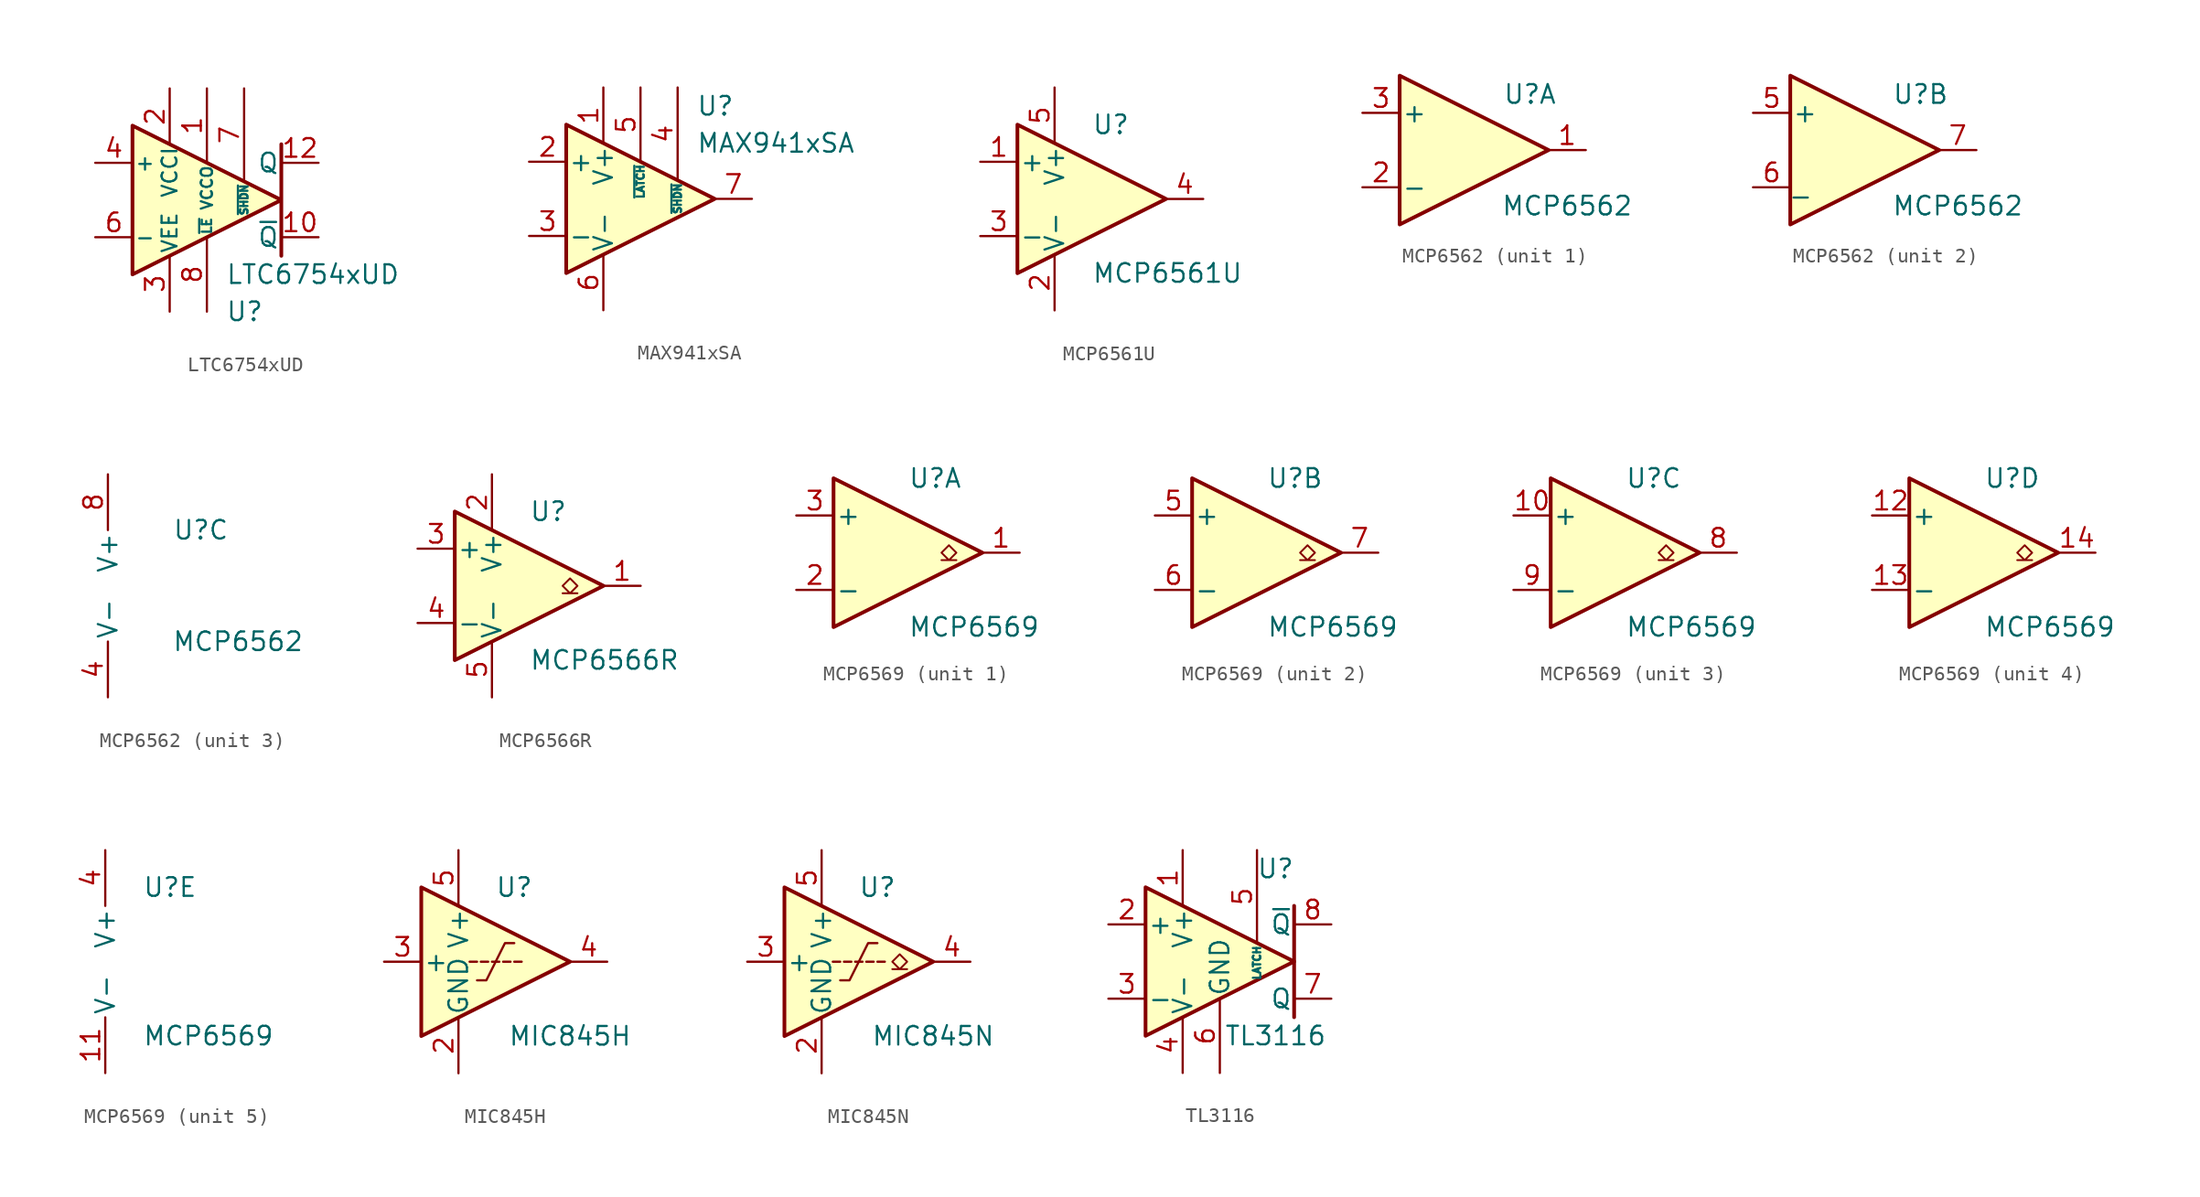
<source format=kicad_sym>
(kicad_symbol_lib
  (version 20211014)
  (generator kicad_symbol_editor)
  (symbol "LTC6754xUD"
    (pin_names
      (offset 0.127))
    (property "Reference" "U"
      (at 1.27 -7.62 0)
      (effects (font (size 1.27 1.27)) (justify left)))
    (property "Value" "LTC6754xUD"
      (at 1.27 -5.08 0)
      (effects (font (size 1.27 1.27)) (justify left)))
    (symbol "LTC6754xUD_0_1"
      (polyline (pts (xy 5.08 3.81) (xy 5.08 0) (xy -5.08 5.08) (xy -5.08 -5.08) (xy 5.08 0) (xy 5.08 -3.81)) (stroke (width 0.254) (type default) (color 0 0 0 0)) (fill (type background))))
    (symbol "LTC6754xUD_1_1"
      (pin power_in line (at 0 7.62 270) (length 5.08) (name "VCCO" (effects (font (size 0.762 0.762)))) (number "1" (effects (font (size 1.27 1.27)))))
      (pin output line (at 7.62 -2.54 180) (length 2.54) (name "~{Q}" (effects (font (size 1.27 1.27)))) (number "10" (effects (font (size 1.27 1.27)))))
      (pin no_connect line (at 5.08 0 180) (length 2.54) hide (name "NC" (effects (font (size 1.27 1.27)))) (number "11" (effects (font (size 1.27 1.27)))))
      (pin output line (at 7.62 2.54 180) (length 2.54) (name "Q" (effects (font (size 1.27 1.27)))) (number "12" (effects (font (size 1.27 1.27)))))
      (pin passive line (at -2.54 -7.62 90) (length 3.81) hide (name "VEE" (effects (font (size 1.016 1.016)))) (number "13" (effects (font (size 1.27 1.27)))))
      (pin power_in line (at -2.54 7.62 270) (length 3.81) (name "VCCI" (effects (font (size 1.016 1.016)))) (number "2" (effects (font (size 1.27 1.27)))))
      (pin power_in line (at -2.54 -7.62 90) (length 3.81) (name "VEE" (effects (font (size 1.016 1.016)))) (number "3" (effects (font (size 1.27 1.27)))))
      (pin input line (at -7.62 2.54 0) (length 2.54) (name "+" (effects (font (size 1.016 1.016)))) (number "4" (effects (font (size 1.27 1.27)))))
      (pin no_connect line (at -5.08 0 0) (length 2.54) hide (name "NC" (effects (font (size 1.27 1.27)))) (number "5" (effects (font (size 1.27 1.27)))))
      (pin input line (at -7.62 -2.54 0) (length 2.54) (name "-" (effects (font (size 1.016 1.016)))) (number "6" (effects (font (size 1.27 1.27)))))
      (pin input line (at 2.54 7.62 270) (length 6.35) (name "~{SHDN}" (effects (font (size 0.508 0.508)))) (number "7" (effects (font (size 1.27 1.27)))))
      (pin input line (at 0 -7.62 90) (length 5.08) (name "~{LE}" (effects (font (size 0.635 0.635)))) (number "8" (effects (font (size 1.27 1.27)))))
      (pin passive line (at -2.54 -7.62 90) (length 3.81) hide (name "VEE" (effects (font (size 1.016 1.016)))) (number "9" (effects (font (size 1.27 1.27)))))))
  (symbol "MAX941xSA"
    (pin_names
      (offset 0.127))
    (property "Reference" "U"
      (at 3.81 6.35 0)
      (effects (font (size 1.27 1.27)) (justify left)))
    (property "Value" "MAX941xSA"
      (at 3.81 3.81 0)
      (effects (font (size 1.27 1.27)) (justify left)))
    (symbol "MAX941xSA_0_1"
      (polyline (pts (xy -5.08 5.08) (xy -5.08 -5.08) (xy 5.08 0) (xy -5.08 5.08)) (stroke (width 0.254) (type default) (color 0 0 0 0)) (fill (type background))))
    (symbol "MAX941xSA_1_1"
      (pin power_in line (at -2.54 7.62 270) (length 3.81) (name "V+" (effects (font (size 1.27 1.27)))) (number "1" (effects (font (size 1.27 1.27)))))
      (pin input line (at -7.62 2.54 0) (length 2.54) (name "+" (effects (font (size 1.27 1.27)))) (number "2" (effects (font (size 1.27 1.27)))))
      (pin input line (at -7.62 -2.54 0) (length 2.54) (name "-" (effects (font (size 1.27 1.27)))) (number "3" (effects (font (size 1.27 1.27)))))
      (pin input line (at 2.54 7.62 270) (length 6.35) (name "~{SHDN}" (effects (font (size 0.508 0.508)))) (number "4" (effects (font (size 1.27 1.27)))))
      (pin input line (at 0 7.62 270) (length 5.08) (name "~{LATCH}" (effects (font (size 0.508 0.508)))) (number "5" (effects (font (size 1.27 1.27)))))
      (pin power_in line (at -2.54 -7.62 90) (length 3.81) (name "V-" (effects (font (size 1.27 1.27)))) (number "6" (effects (font (size 1.27 1.27)))))
      (pin output line (at 7.62 0 180) (length 2.54) (name "~" (effects (font (size 1.27 1.27)))) (number "7" (effects (font (size 1.27 1.27)))))
      (pin no_connect line (at 0 -2.54 90) (length 2.54) hide (name "NC" (effects (font (size 0.508 0.508)))) (number "8" (effects (font (size 1.27 1.27)))))))
  (symbol "MCP6561U"
    (pin_names
      (offset 0.127))
    (property "Reference" "U"
      (at 0 5.08 0)
      (effects (font (size 1.27 1.27)) (justify left)))
    (property "Value" "MCP6561U"
      (at 0 -5.08 0)
      (effects (font (size 1.27 1.27)) (justify left)))
    (symbol "MCP6561U_0_1"
      (polyline (pts (xy -5.08 5.08) (xy 5.08 0) (xy -5.08 -5.08) (xy -5.08 5.08)) (stroke (width 0.254) (type default) (color 0 0 0 0)) (fill (type background)))
      (pin power_in line (at -2.54 -7.62 90) (length 3.81) (name "V-" (effects (font (size 1.27 1.27)))) (number "2" (effects (font (size 1.27 1.27)))))
      (pin power_in line (at -2.54 7.62 270) (length 3.81) (name "V+" (effects (font (size 1.27 1.27)))) (number "5" (effects (font (size 1.27 1.27))))))
    (symbol "MCP6561U_1_1"
      (pin input line (at -7.62 2.54 0) (length 2.54) (name "+" (effects (font (size 1.27 1.27)))) (number "1" (effects (font (size 1.27 1.27)))))
      (pin input line (at -7.62 -2.54 0) (length 2.54) (name "-" (effects (font (size 1.27 1.27)))) (number "3" (effects (font (size 1.27 1.27)))))
      (pin output line (at 7.62 0 180) (length 2.54) (name "~" (effects (font (size 1.27 1.27)))) (number "4" (effects (font (size 1.27 1.27)))))))
  (symbol "MCP6562"
    (pin_names
      (offset 0.127))
    (property "Reference" "U"
      (at 3.81 3.81 0)
      (effects (font (size 1.27 1.27))))
    (property "Value" "MCP6562"
      (at 6.35 -3.81 0)
      (effects (font (size 1.27 1.27))))
    (property "ki_locked" ""
      (at 0 0 0)
      (effects (font (size 1.27 1.27))))
    (symbol "MCP6562_1_1"
      (polyline (pts (xy -5.08 5.08) (xy 5.08 0) (xy -5.08 -5.08) (xy -5.08 5.08)) (stroke (width 0.254) (type default) (color 0 0 0 0)) (fill (type background)))
      (pin output line (at 7.62 0 180) (length 2.54) (name "~" (effects (font (size 1.27 1.27)))) (number "1" (effects (font (size 1.27 1.27)))))
      (pin input line (at -7.62 -2.54 0) (length 2.54) (name "-" (effects (font (size 1.27 1.27)))) (number "2" (effects (font (size 1.27 1.27)))))
      (pin input line (at -7.62 2.54 0) (length 2.54) (name "+" (effects (font (size 1.27 1.27)))) (number "3" (effects (font (size 1.27 1.27))))))
    (symbol "MCP6562_2_1"
      (polyline (pts (xy -5.08 5.08) (xy 5.08 0) (xy -5.08 -5.08) (xy -5.08 5.08)) (stroke (width 0.254) (type default) (color 0 0 0 0)) (fill (type background)))
      (pin input line (at -7.62 2.54 0) (length 2.54) (name "+" (effects (font (size 1.27 1.27)))) (number "5" (effects (font (size 1.27 1.27)))))
      (pin input line (at -7.62 -2.54 0) (length 2.54) (name "_" (effects (font (size 1.27 1.27)))) (number "6" (effects (font (size 1.27 1.27)))))
      (pin open_collector line (at 7.62 0 180) (length 2.54) (name "~" (effects (font (size 1.27 1.27)))) (number "7" (effects (font (size 1.27 1.27))))))
    (symbol "MCP6562_3_1"
      (pin power_in line (at -2.54 -7.62 90) (length 3.81) (name "V-" (effects (font (size 1.27 1.27)))) (number "4" (effects (font (size 1.27 1.27)))))
      (pin power_in line (at -2.54 7.62 270) (length 3.81) (name "V+" (effects (font (size 1.27 1.27)))) (number "8" (effects (font (size 1.27 1.27)))))))
  (symbol "MCP6566R"
    (pin_names
      (offset 0.127))
    (property "Reference" "U"
      (at 0 5.08 0)
      (effects (font (size 1.27 1.27)) (justify left)))
    (property "Value" "MCP6566R"
      (at 0 -5.08 0)
      (effects (font (size 1.27 1.27)) (justify left)))
    (symbol "MCP6566R_0_1"
      (polyline (pts (xy -5.08 5.08) (xy 5.08 0) (xy -5.08 -5.08) (xy -5.08 5.08)) (stroke (width 0.254) (type default) (color 0 0 0 0)) (fill (type background)))
      (polyline (pts (xy 3.302 -0.508) (xy 2.794 -0.508) (xy 3.302 0) (xy 2.794 0.508) (xy 2.286 0) (xy 2.794 -0.508) (xy 2.286 -0.508)) (stroke (width 0.127) (type default) (color 0 0 0 0)) (fill (type none)))
      (pin power_in line (at -2.54 7.62 270) (length 3.81) (name "V+" (effects (font (size 1.27 1.27)))) (number "2" (effects (font (size 1.27 1.27)))))
      (pin power_in line (at -2.54 -7.62 90) (length 3.81) (name "V-" (effects (font (size 1.27 1.27)))) (number "5" (effects (font (size 1.27 1.27))))))
    (symbol "MCP6566R_1_1"
      (pin open_collector line (at 7.62 0 180) (length 2.54) (name "~" (effects (font (size 1.27 1.27)))) (number "1" (effects (font (size 1.27 1.27)))))
      (pin input line (at -7.62 2.54 0) (length 2.54) (name "+" (effects (font (size 1.27 1.27)))) (number "3" (effects (font (size 1.27 1.27)))))
      (pin input line (at -7.62 -2.54 0) (length 2.54) (name "-" (effects (font (size 1.27 1.27)))) (number "4" (effects (font (size 1.27 1.27)))))))
  (symbol "MCP6569"
    (pin_names
      (offset 0.127))
    (property "Reference" "U"
      (at 0 5.08 0)
      (effects (font (size 1.27 1.27)) (justify left)))
    (property "Value" "MCP6569"
      (at 0 -5.08 0)
      (effects (font (size 1.27 1.27)) (justify left)))
    (property "ki_locked" ""
      (at 0 0 0)
      (effects (font (size 1.27 1.27))))
    (symbol "MCP6569_1_1"
      (polyline (pts (xy -5.08 5.08) (xy 5.08 0) (xy -5.08 -5.08) (xy -5.08 5.08)) (stroke (width 0.254) (type default) (color 0 0 0 0)) (fill (type background)))
      (polyline (pts (xy 3.302 -0.508) (xy 2.794 -0.508) (xy 3.302 0) (xy 2.794 0.508) (xy 2.286 0) (xy 2.794 -0.508) (xy 2.286 -0.508)) (stroke (width 0.127) (type default) (color 0 0 0 0)) (fill (type none)))
      (pin open_collector line (at 7.62 0 180) (length 2.54) (name "~" (effects (font (size 1.27 1.27)))) (number "1" (effects (font (size 1.27 1.27)))))
      (pin input line (at -7.62 -2.54 0) (length 2.54) (name "-" (effects (font (size 1.27 1.27)))) (number "2" (effects (font (size 1.27 1.27)))))
      (pin input line (at -7.62 2.54 0) (length 2.54) (name "+" (effects (font (size 1.27 1.27)))) (number "3" (effects (font (size 1.27 1.27))))))
    (symbol "MCP6569_2_1"
      (polyline (pts (xy -5.08 5.08) (xy 5.08 0) (xy -5.08 -5.08) (xy -5.08 5.08)) (stroke (width 0.254) (type default) (color 0 0 0 0)) (fill (type background)))
      (polyline (pts (xy 3.302 -0.508) (xy 2.794 -0.508) (xy 3.302 0) (xy 2.794 0.508) (xy 2.286 0) (xy 2.794 -0.508) (xy 2.286 -0.508)) (stroke (width 0.127) (type default) (color 0 0 0 0)) (fill (type none)))
      (pin input line (at -7.62 2.54 0) (length 2.54) (name "+" (effects (font (size 1.27 1.27)))) (number "5" (effects (font (size 1.27 1.27)))))
      (pin input line (at -7.62 -2.54 0) (length 2.54) (name "-" (effects (font (size 1.27 1.27)))) (number "6" (effects (font (size 1.27 1.27)))))
      (pin open_collector line (at 7.62 0 180) (length 2.54) (name "~" (effects (font (size 1.27 1.27)))) (number "7" (effects (font (size 1.27 1.27))))))
    (symbol "MCP6569_3_1"
      (polyline (pts (xy -5.08 5.08) (xy 5.08 0) (xy -5.08 -5.08) (xy -5.08 5.08)) (stroke (width 0.254) (type default) (color 0 0 0 0)) (fill (type background)))
      (polyline (pts (xy 3.302 -0.508) (xy 2.794 -0.508) (xy 3.302 0) (xy 2.794 0.508) (xy 2.286 0) (xy 2.794 -0.508) (xy 2.286 -0.508)) (stroke (width 0.127) (type default) (color 0 0 0 0)) (fill (type none)))
      (pin input line (at -7.62 2.54 0) (length 2.54) (name "+" (effects (font (size 1.27 1.27)))) (number "10" (effects (font (size 1.27 1.27)))))
      (pin open_collector line (at 7.62 0 180) (length 2.54) (name "~" (effects (font (size 1.27 1.27)))) (number "8" (effects (font (size 1.27 1.27)))))
      (pin input line (at -7.62 -2.54 0) (length 2.54) (name "-" (effects (font (size 1.27 1.27)))) (number "9" (effects (font (size 1.27 1.27))))))
    (symbol "MCP6569_4_1"
      (polyline (pts (xy -5.08 5.08) (xy 5.08 0) (xy -5.08 -5.08) (xy -5.08 5.08)) (stroke (width 0.254) (type default) (color 0 0 0 0)) (fill (type background)))
      (polyline (pts (xy 3.302 -0.508) (xy 2.794 -0.508) (xy 3.302 0) (xy 2.794 0.508) (xy 2.286 0) (xy 2.794 -0.508) (xy 2.286 -0.508)) (stroke (width 0.127) (type default) (color 0 0 0 0)) (fill (type none)))
      (pin input line (at -7.62 2.54 0) (length 2.54) (name "+" (effects (font (size 1.27 1.27)))) (number "12" (effects (font (size 1.27 1.27)))))
      (pin input line (at -7.62 -2.54 0) (length 2.54) (name "-" (effects (font (size 1.27 1.27)))) (number "13" (effects (font (size 1.27 1.27)))))
      (pin open_collector line (at 7.62 0 180) (length 2.54) (name "~" (effects (font (size 1.27 1.27)))) (number "14" (effects (font (size 1.27 1.27))))))
    (symbol "MCP6569_5_1"
      (pin power_in line (at -2.54 -7.62 90) (length 3.81) (name "V-" (effects (font (size 1.27 1.27)))) (number "11" (effects (font (size 1.27 1.27)))))
      (pin power_in line (at -2.54 7.62 270) (length 3.81) (name "V+" (effects (font (size 1.27 1.27)))) (number "4" (effects (font (size 1.27 1.27)))))))
  (symbol "MIC845H"
    (pin_names
      (offset 0.127))
    (property "Reference" "U"
      (at 3.81 5.08 0)
      (effects (font (size 1.27 1.27))))
    (property "Value" "MIC845H"
      (at 7.62 -5.08 0)
      (effects (font (size 1.27 1.27))))
    (symbol "MIC845H_0_1"
      (polyline (pts (xy 1.27 0) (xy 0.762 0)) (stroke (width 0) (type default) (color 0 0 0 0)) (fill (type none)))
      (polyline (pts (xy 2.032 0) (xy 1.524 0)) (stroke (width 0) (type default) (color 0 0 0 0)) (fill (type none)))
      (polyline (pts (xy 2.286 0) (xy 2.794 0)) (stroke (width 0) (type default) (color 0 0 0 0)) (fill (type none)))
      (polyline (pts (xy 3.048 0) (xy 3.556 0)) (stroke (width 0) (type default) (color 0 0 0 0)) (fill (type none)))
      (polyline (pts (xy 3.81 0) (xy 4.318 0)) (stroke (width 0) (type default) (color 0 0 0 0)) (fill (type none)))
      (polyline (pts (xy -2.54 5.08) (xy 7.62 0) (xy -2.54 -5.08) (xy -2.54 5.08)) (stroke (width 0.254) (type default) (color 0 0 0 0)) (fill (type background)))
      (polyline (pts (xy 1.27 -1.27) (xy 1.905 -1.27) (xy 3.175 1.27) (xy 3.81 1.27)) (stroke (width 0) (type default) (color 0 0 0 0)) (fill (type none))))
    (symbol "MIC845H_1_1"
      (pin no_connect line (at -2.54 0 0) (length 2.54) hide (name "NIC" (effects (font (size 1.27 1.27)))) (number "1" (effects (font (size 1.27 1.27)))))
      (pin power_in line (at 0 -7.62 90) (length 3.81) (name "GND" (effects (font (size 1.27 1.27)))) (number "2" (effects (font (size 1.27 1.27)))))
      (pin input line (at -5.08 0 0) (length 2.54) (name "+" (effects (font (size 1.27 1.27)))) (number "3" (effects (font (size 1.27 1.27)))))
      (pin output line (at 10.16 0 180) (length 2.54) (name "~" (effects (font (size 1.27 1.27)))) (number "4" (effects (font (size 1.27 1.27)))))
      (pin power_in line (at 0 7.62 270) (length 3.81) (name "V+" (effects (font (size 1.27 1.27)))) (number "5" (effects (font (size 1.27 1.27)))))))
  (symbol "MIC845N"
    (pin_names
      (offset 0.127))
    (property "Reference" "U"
      (at 3.81 5.08 0)
      (effects (font (size 1.27 1.27))))
    (property "Value" "MIC845N"
      (at 7.62 -5.08 0)
      (effects (font (size 1.27 1.27))))
    (symbol "MIC845N_0_1"
      (polyline (pts (xy 1.27 0) (xy 0.762 0)) (stroke (width 0) (type default) (color 0 0 0 0)) (fill (type none)))
      (polyline (pts (xy 2.032 0) (xy 1.524 0)) (stroke (width 0) (type default) (color 0 0 0 0)) (fill (type none)))
      (polyline (pts (xy 2.286 0) (xy 2.794 0)) (stroke (width 0) (type default) (color 0 0 0 0)) (fill (type none)))
      (polyline (pts (xy 3.048 0) (xy 3.556 0)) (stroke (width 0) (type default) (color 0 0 0 0)) (fill (type none)))
      (polyline (pts (xy 3.81 0) (xy 4.318 0)) (stroke (width 0) (type default) (color 0 0 0 0)) (fill (type none)))
      (polyline (pts (xy -2.54 5.08) (xy 7.62 0) (xy -2.54 -5.08) (xy -2.54 5.08)) (stroke (width 0.254) (type default) (color 0 0 0 0)) (fill (type background)))
      (polyline (pts (xy 1.27 -1.27) (xy 1.905 -1.27) (xy 3.175 1.27) (xy 3.81 1.27)) (stroke (width 0) (type default) (color 0 0 0 0)) (fill (type none)))
      (polyline (pts (xy 5.842 -0.508) (xy 5.334 -0.508) (xy 5.842 0) (xy 5.334 0.508) (xy 4.826 0) (xy 5.334 -0.508) (xy 4.826 -0.508)) (stroke (width 0.127) (type default) (color 0 0 0 0)) (fill (type none))))
    (symbol "MIC845N_1_1"
      (pin no_connect line (at -2.54 0 0) (length 2.54) hide (name "NIC" (effects (font (size 1.27 1.27)))) (number "1" (effects (font (size 1.27 1.27)))))
      (pin power_in line (at 0 -7.62 90) (length 3.81) (name "GND" (effects (font (size 1.27 1.27)))) (number "2" (effects (font (size 1.27 1.27)))))
      (pin input line (at -5.08 0 0) (length 2.54) (name "+" (effects (font (size 1.27 1.27)))) (number "3" (effects (font (size 1.27 1.27)))))
      (pin open_collector line (at 10.16 0 180) (length 2.54) (name "~" (effects (font (size 1.27 1.27)))) (number "4" (effects (font (size 1.27 1.27)))))
      (pin power_in line (at 0 7.62 270) (length 3.81) (name "V+" (effects (font (size 1.27 1.27)))) (number "5" (effects (font (size 1.27 1.27)))))))
  (symbol "TL3116"
    (pin_names
      (offset 0.127))
    (property "Reference" "U"
      (at 3.81 6.35 0)
      (effects (font (size 1.27 1.27))))
    (property "Value" "TL3116"
      (at 3.81 -5.08 0)
      (effects (font (size 1.27 1.27))))
    (symbol "TL3116_0_1"
      (polyline (pts (xy 5.08 3.81) (xy 5.08 -3.81)) (stroke (width 0.254) (type default) (color 0 0 0 0)) (fill (type none)))
      (polyline (pts (xy -5.08 5.08) (xy 5.08 0) (xy -5.08 -5.08) (xy -5.08 5.08)) (stroke (width 0.254) (type default) (color 0 0 0 0)) (fill (type background))))
    (symbol "TL3116_1_1"
      (pin power_in line (at -2.54 7.62 270) (length 3.81) (name "V+" (effects (font (size 1.27 1.27)))) (number "1" (effects (font (size 1.27 1.27)))))
      (pin input line (at -7.62 2.54 0) (length 2.54) (name "+" (effects (font (size 1.27 1.27)))) (number "2" (effects (font (size 1.27 1.27)))))
      (pin input line (at -7.62 -2.54 0) (length 2.54) (name "-" (effects (font (size 1.27 1.27)))) (number "3" (effects (font (size 1.27 1.27)))))
      (pin power_in line (at -2.54 -7.62 90) (length 3.81) (name "V-" (effects (font (size 1.27 1.27)))) (number "4" (effects (font (size 1.27 1.27)))))
      (pin input line (at 2.54 7.62 270) (length 6.35) (name "LATCH" (effects (font (size 0.508 0.508)))) (number "5" (effects (font (size 1.27 1.27)))))
      (pin power_in line (at 0 -7.62 90) (length 5.08) (name "GND" (effects (font (size 1.27 1.27)))) (number "6" (effects (font (size 1.27 1.27)))))
      (pin output line (at 7.62 -2.54 180) (length 2.54) (name "Q" (effects (font (size 1.27 1.27)))) (number "7" (effects (font (size 1.27 1.27)))))
      (pin output line (at 7.62 2.54 180) (length 2.54) (name "~{Q}" (effects (font (size 1.27 1.27)))) (number "8" (effects (font (size 1.27 1.27))))))))
</source>
